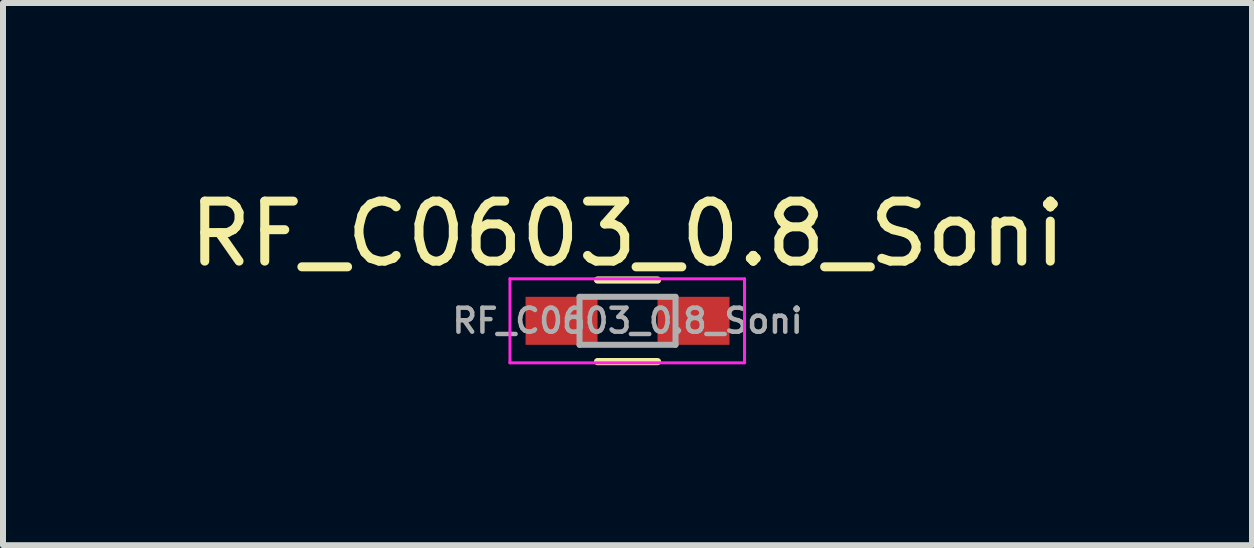
<source format=kicad_pcb>
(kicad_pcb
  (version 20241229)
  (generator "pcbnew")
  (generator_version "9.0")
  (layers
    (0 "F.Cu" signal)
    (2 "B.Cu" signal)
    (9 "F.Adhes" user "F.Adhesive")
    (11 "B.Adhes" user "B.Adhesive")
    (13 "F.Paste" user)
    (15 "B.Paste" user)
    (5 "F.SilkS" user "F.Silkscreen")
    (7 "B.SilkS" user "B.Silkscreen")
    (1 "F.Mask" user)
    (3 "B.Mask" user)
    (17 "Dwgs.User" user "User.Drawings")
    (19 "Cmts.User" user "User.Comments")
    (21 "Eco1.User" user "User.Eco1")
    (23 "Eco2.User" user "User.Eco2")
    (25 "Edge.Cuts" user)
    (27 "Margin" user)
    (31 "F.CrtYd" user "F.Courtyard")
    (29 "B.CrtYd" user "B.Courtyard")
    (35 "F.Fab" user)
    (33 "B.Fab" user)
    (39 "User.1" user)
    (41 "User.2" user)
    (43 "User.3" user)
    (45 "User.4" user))
  (footprint "RF_C0603_0.8_Soni"
    (layer "F.Cu")
    (at 7.411 2.298)
    (property "Reference" "RF_C0603_0.8_Soni" (at 0 -1.45 0) (layer "F.SilkS") (effects (font (size 1 1) (thickness 0.15))))
    (attr smd)
    (fp_line (start -0.5 -0.68) (end 0.5 -0.68) (stroke (width 0.12) (type solid)) (layer "F.SilkS"))
    (fp_line (start 0.5 0.68) (end -0.5 0.68) (stroke (width 0.12) (type solid)) (layer "F.SilkS"))
    (fp_line (start -1.96 -0.7) (end -1.96 0.7) (stroke (width 0.05) (type solid)) (layer "F.CrtYd"))
    (fp_line (start -1.96 -0.7) (end 1.95 -0.7) (stroke (width 0.05) (type solid)) (layer "F.CrtYd"))
    (fp_line (start 1.95 0.7) (end -1.96 0.7) (stroke (width 0.05) (type solid)) (layer "F.CrtYd"))
    (fp_line (start 1.95 0.7) (end 1.95 -0.7) (stroke (width 0.05) (type solid)) (layer "F.CrtYd"))
    (fp_line (start -0.8 -0.4) (end 0.8 -0.4) (stroke (width 0.1) (type solid)) (layer "F.Fab"))
    (fp_line (start -0.8 0.4) (end -0.8 -0.4) (stroke (width 0.1) (type solid)) (layer "F.Fab"))
    (fp_line (start 0.8 -0.4) (end 0.8 0.4) (stroke (width 0.1) (type solid)) (layer "F.Fab"))
    (fp_line (start 0.8 0.4) (end -0.8 0.4) (stroke (width 0.1) (type solid)) (layer "F.Fab"))
    (fp_text user "${REFERENCE}" (at 0 0 0) (layer "F.Fab") (effects (font (size 0.4 0.4) (thickness 0.075))))
    (pad "1" smd rect (at -1.1 0) (size 1.2 0.8) (layers "F.Cu" "F.Mask" "F.Paste"))
    (pad "2" smd rect (at 1.1 0) (size 1.2 0.8) (layers "F.Cu" "F.Mask" "F.Paste")))
  (gr_rect
    (start -3 -3)
    (end 17.821 6.038)
    (stroke (width 0.1) (type default))
    (fill no)
    (layer "Edge.Cuts")))
</source>
